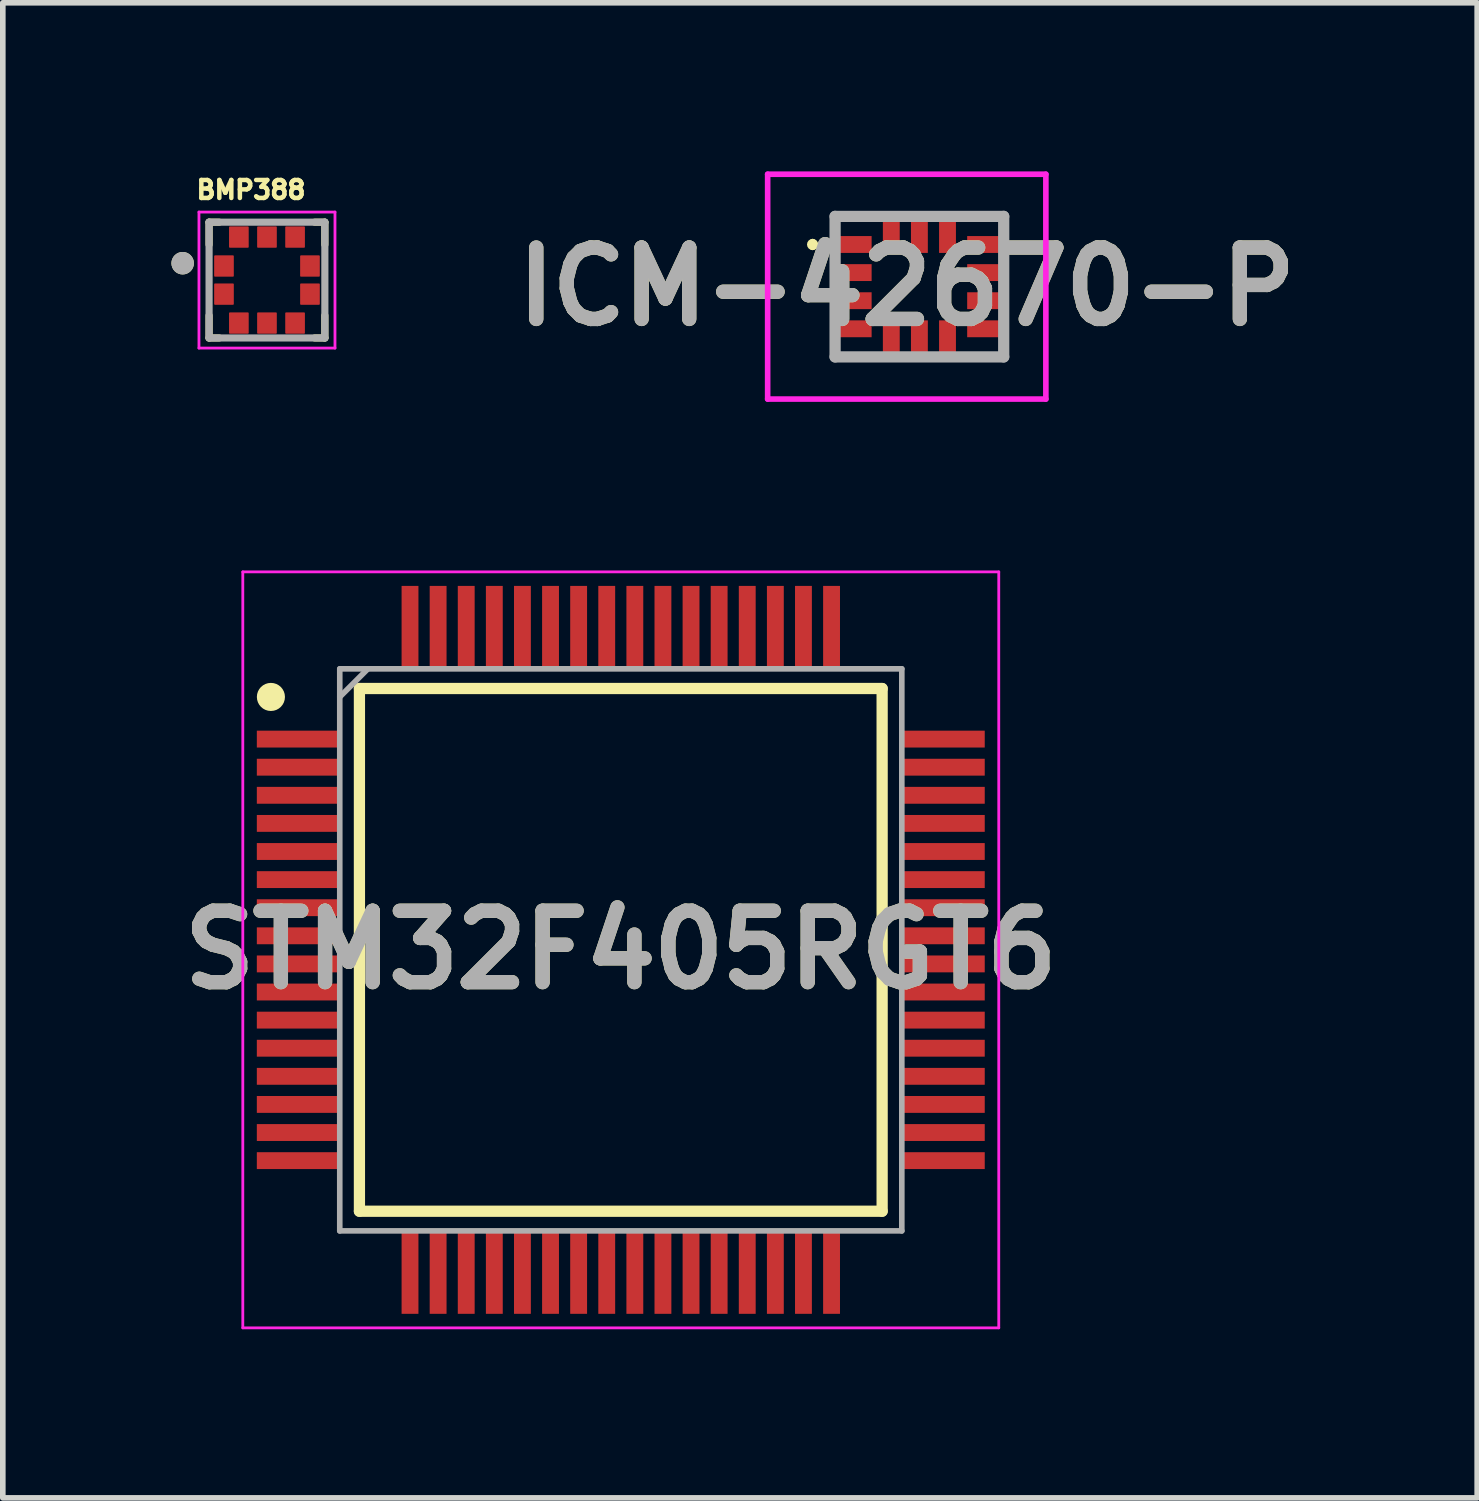
<source format=kicad_pcb>
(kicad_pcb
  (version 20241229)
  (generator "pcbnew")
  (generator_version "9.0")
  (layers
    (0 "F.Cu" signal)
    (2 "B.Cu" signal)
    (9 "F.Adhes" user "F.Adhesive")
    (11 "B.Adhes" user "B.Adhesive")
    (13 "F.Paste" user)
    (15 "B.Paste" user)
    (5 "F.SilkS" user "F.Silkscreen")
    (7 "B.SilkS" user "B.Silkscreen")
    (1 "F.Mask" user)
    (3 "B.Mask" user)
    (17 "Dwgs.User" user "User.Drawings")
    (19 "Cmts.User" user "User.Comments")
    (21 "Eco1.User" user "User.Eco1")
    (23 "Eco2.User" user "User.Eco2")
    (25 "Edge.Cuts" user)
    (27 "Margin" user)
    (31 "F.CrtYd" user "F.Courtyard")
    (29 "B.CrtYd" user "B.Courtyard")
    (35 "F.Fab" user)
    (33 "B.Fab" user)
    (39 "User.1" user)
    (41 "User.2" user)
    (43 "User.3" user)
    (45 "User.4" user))
  (footprint "BMP388"
    (layer "F.Cu")
    (at 1.7 1.933)
    (property "Reference" "BMP388" (at -0.284 -1.605 0) (layer "F.SilkS") (effects (font (size 0.32 0.32) (thickness 0.15))))
    (attr smd)
    (fp_line (start -1.03 -1.03) (end -0.85 -1.03) (stroke (width 0.127) (type solid)) (layer "F.SilkS"))
    (fp_line (start -1.03 -0.63) (end -1.03 -1.03) (stroke (width 0.127) (type solid)) (layer "F.SilkS"))
    (fp_line (start -1.03 1.03) (end -1.03 0.63) (stroke (width 0.127) (type solid)) (layer "F.SilkS"))
    (fp_line (start -0.85 1.03) (end -1.03 1.03) (stroke (width 0.127) (type solid)) (layer "F.SilkS"))
    (fp_line (start 0.85 -1.03) (end 1.03 -1.03) (stroke (width 0.127) (type solid)) (layer "F.SilkS"))
    (fp_line (start 0.85 1.03) (end 1.03 1.03) (stroke (width 0.127) (type solid)) (layer "F.SilkS"))
    (fp_line (start 1.03 -1.03) (end 1.03 -0.63) (stroke (width 0.127) (type solid)) (layer "F.SilkS"))
    (fp_line (start 1.03 1.03) (end 1.03 0.63) (stroke (width 0.127) (type solid)) (layer "F.SilkS"))
    (fp_circle (center -1.5 -0.3) (end -1.4 -0.3) (stroke (width 0.2) (type solid)) (fill no) (layer "F.SilkS"))
    (fp_line (start -1.21 -1.21) (end 1.21 -1.21) (stroke (width 0.05) (type solid)) (layer "F.CrtYd"))
    (fp_line (start -1.21 1.21) (end -1.21 -1.21) (stroke (width 0.05) (type solid)) (layer "F.CrtYd"))
    (fp_line (start 1.21 -1.21) (end 1.21 1.21) (stroke (width 0.05) (type solid)) (layer "F.CrtYd"))
    (fp_line (start 1.21 1.21) (end -1.21 1.21) (stroke (width 0.05) (type solid)) (layer "F.CrtYd"))
    (fp_line (start -1.03 -1.03) (end 1.03 -1.03) (stroke (width 0.127) (type solid)) (layer "F.Fab"))
    (fp_line (start -1.03 1.03) (end -1.03 -1.03) (stroke (width 0.127) (type solid)) (layer "F.Fab"))
    (fp_line (start 1.03 -1.03) (end 1.03 1.03) (stroke (width 0.127) (type solid)) (layer "F.Fab"))
    (fp_line (start 1.03 1.03) (end -1.03 1.03) (stroke (width 0.127) (type solid)) (layer "F.Fab"))
    (fp_circle (center -1.5 -0.3) (end -1.4 -0.3) (stroke (width 0.2) (type solid)) (fill no) (layer "F.Fab"))
    (pad "1" smd roundrect (at -0.765 -0.25) (size 0.35 0.38) (layers "F.Cu" "F.Mask" "F.Paste") (roundrect_rratio 0.045))
    (pad "2" smd roundrect (at -0.765 0.25) (size 0.35 0.38) (layers "F.Cu" "F.Mask" "F.Paste") (roundrect_rratio 0.045))
    (pad "3" smd roundrect (at -0.5 0.765) (size 0.35 0.38) (layers "F.Cu" "F.Mask" "F.Paste") (roundrect_rratio 0.045))
    (pad "4" smd roundrect (at 0 0.765) (size 0.35 0.38) (layers "F.Cu" "F.Mask" "F.Paste") (roundrect_rratio 0.045))
    (pad "5" smd roundrect (at 0.5 0.765) (size 0.35 0.38) (layers "F.Cu" "F.Mask" "F.Paste") (roundrect_rratio 0.045))
    (pad "6" smd roundrect (at 0.765 0.25) (size 0.35 0.38) (layers "F.Cu" "F.Mask" "F.Paste") (roundrect_rratio 0.045))
    (pad "7" smd roundrect (at 0.765 -0.25) (size 0.35 0.38) (layers "F.Cu" "F.Mask" "F.Paste") (roundrect_rratio 0.045))
    (pad "8" smd roundrect (at 0.5 -0.765) (size 0.35 0.38) (layers "F.Cu" "F.Mask" "F.Paste") (roundrect_rratio 0.045))
    (pad "9" smd roundrect (at 0 -0.765) (size 0.35 0.38) (layers "F.Cu" "F.Mask" "F.Paste") (roundrect_rratio 0.045))
    (pad "10" smd roundrect (at -0.5 -0.765) (size 0.35 0.38) (layers "F.Cu" "F.Mask" "F.Paste") (roundrect_rratio 0.045)))
  (footprint "ICM-42670-P"
    (layer "F.Cu")
    (at 13.308 2.05)
    (property "Reference" "ICM-42670-P" (at -0.225 0 0) (layer "F.SilkS") (effects (font (size 1.27 1.27) (thickness 0.254))))
    (attr smd)
    (fp_line (start -1.9 -0.8) (end -1.9 -0.8) (stroke (width 0.1) (type solid)) (layer "F.SilkS"))
    (fp_line (start -1.9 -0.7) (end -1.9 -0.7) (stroke (width 0.1) (type solid)) (layer "F.SilkS"))
    (fp_line (start -1.5 -1.25) (end -0.8 -1.25) (stroke (width 0.1) (type solid)) (layer "F.SilkS"))
    (fp_line (start -1.5 -1) (end -1.5 -1.25) (stroke (width 0.1) (type solid)) (layer "F.SilkS"))
    (fp_line (start -1.5 1.1) (end -1.5 1.25) (stroke (width 0.1) (type solid)) (layer "F.SilkS"))
    (fp_line (start -1.5 1.25) (end -0.8 1.25) (stroke (width 0.1) (type solid)) (layer "F.SilkS"))
    (fp_line (start 0.8 -1.25) (end 1.5 -1.25) (stroke (width 0.1) (type solid)) (layer "F.SilkS"))
    (fp_line (start 0.8 1.25) (end 1.5 1.25) (stroke (width 0.1) (type solid)) (layer "F.SilkS"))
    (fp_line (start 1.5 -1.25) (end 1.5 -1) (stroke (width 0.1) (type solid)) (layer "F.SilkS"))
    (fp_line (start 1.5 1.25) (end 1.5 1) (stroke (width 0.1) (type solid)) (layer "F.SilkS"))
    (fp_arc (start -1.9 -0.8) (mid -1.85 -0.75) (end -1.9 -0.7) (stroke (width 0.1) (type solid)) (layer "F.SilkS"))
    (fp_arc (start -1.9 -0.7) (mid -1.95 -0.75) (end -1.9 -0.8) (stroke (width 0.1) (type solid)) (layer "F.SilkS"))
    (fp_line (start -2.7 -2) (end 2.25 -2) (stroke (width 0.1) (type solid)) (layer "F.CrtYd"))
    (fp_line (start -2.7 2) (end -2.7 -2) (stroke (width 0.1) (type solid)) (layer "F.CrtYd"))
    (fp_line (start 2.25 -2) (end 2.25 2) (stroke (width 0.1) (type solid)) (layer "F.CrtYd"))
    (fp_line (start 2.25 2) (end -2.7 2) (stroke (width 0.1) (type solid)) (layer "F.CrtYd"))
    (fp_line (start -1.5 -1.25) (end 1.5 -1.25) (stroke (width 0.2) (type solid)) (layer "F.Fab"))
    (fp_line (start -1.5 1.25) (end -1.5 -1.25) (stroke (width 0.2) (type solid)) (layer "F.Fab"))
    (fp_line (start 1.5 -1.25) (end 1.5 1.25) (stroke (width 0.2) (type solid)) (layer "F.Fab"))
    (fp_line (start 1.5 1.25) (end -1.5 1.25) (stroke (width 0.2) (type solid)) (layer "F.Fab"))
    (fp_text user "${REFERENCE}" (at -0.225 0 0) (layer "F.Fab") (effects (font (size 1.27 1.27) (thickness 0.254))))
    (pad "1" smd rect (at -1.15 -0.75 90) (size 0.3 0.6) (layers "F.Cu" "F.Mask" "F.Paste"))
    (pad "2" smd rect (at -1.15 -0.25 90) (size 0.3 0.6) (layers "F.Cu" "F.Mask" "F.Paste"))
    (pad "3" smd rect (at -1.15 0.25 90) (size 0.3 0.6) (layers "F.Cu" "F.Mask" "F.Paste"))
    (pad "4" smd rect (at -1.15 0.75 90) (size 0.3 0.6) (layers "F.Cu" "F.Mask" "F.Paste"))
    (pad "5" smd rect (at -0.5 0.9) (size 0.3 0.6) (layers "F.Cu" "F.Mask" "F.Paste"))
    (pad "6" smd rect (at 0 0.9) (size 0.3 0.6) (layers "F.Cu" "F.Mask" "F.Paste"))
    (pad "7" smd rect (at 0.5 0.9) (size 0.3 0.6) (layers "F.Cu" "F.Mask" "F.Paste"))
    (pad "8" smd rect (at 1.15 0.75 90) (size 0.3 0.6) (layers "F.Cu" "F.Mask" "F.Paste"))
    (pad "9" smd rect (at 1.15 0.25 90) (size 0.3 0.6) (layers "F.Cu" "F.Mask" "F.Paste"))
    (pad "10" smd rect (at 1.15 -0.25 90) (size 0.3 0.6) (layers "F.Cu" "F.Mask" "F.Paste"))
    (pad "11" smd rect (at 1.15 -0.75 90) (size 0.3 0.6) (layers "F.Cu" "F.Mask" "F.Paste"))
    (pad "12" smd rect (at 0.5 -0.9) (size 0.3 0.6) (layers "F.Cu" "F.Mask" "F.Paste"))
    (pad "13" smd rect (at 0 -0.9) (size 0.3 0.6) (layers "F.Cu" "F.Mask" "F.Paste"))
    (pad "14" smd rect (at -0.5 -0.9) (size 0.3 0.6) (layers "F.Cu" "F.Mask" "F.Paste")))
  (footprint "STM32F405RGT6"
    (layer "F.Cu")
    (at 7.995 13.85)
    (property "Reference" "STM32F405RGT6" (at 0 0 0) (layer "F.SilkS") (effects (font (size 1.27 1.27) (thickness 0.254))))
    (attr smd)
    (fp_line (start -4.65 -4.65) (end 4.65 -4.65) (stroke (width 0.2) (type solid)) (layer "F.SilkS"))
    (fp_line (start -4.65 4.65) (end -4.65 -4.65) (stroke (width 0.2) (type solid)) (layer "F.SilkS"))
    (fp_line (start 4.65 -4.65) (end 4.65 4.65) (stroke (width 0.2) (type solid)) (layer "F.SilkS"))
    (fp_line (start 4.65 4.65) (end -4.65 4.65) (stroke (width 0.2) (type solid)) (layer "F.SilkS"))
    (fp_circle (center -6.225 -4.5) (end -6.225 -4.375) (stroke (width 0.25) (type solid)) (fill no) (layer "F.SilkS"))
    (fp_line (start -6.725 -6.725) (end 6.725 -6.725) (stroke (width 0.05) (type solid)) (layer "F.CrtYd"))
    (fp_line (start -6.725 6.725) (end -6.725 -6.725) (stroke (width 0.05) (type solid)) (layer "F.CrtYd"))
    (fp_line (start 6.725 -6.725) (end 6.725 6.725) (stroke (width 0.05) (type solid)) (layer "F.CrtYd"))
    (fp_line (start 6.725 6.725) (end -6.725 6.725) (stroke (width 0.05) (type solid)) (layer "F.CrtYd"))
    (fp_line (start -5 -5) (end 5 -5) (stroke (width 0.1) (type solid)) (layer "F.Fab"))
    (fp_line (start -5 -4.5) (end -4.5 -5) (stroke (width 0.1) (type solid)) (layer "F.Fab"))
    (fp_line (start -5 5) (end -5 -5) (stroke (width 0.1) (type solid)) (layer "F.Fab"))
    (fp_line (start 5 -5) (end 5 5) (stroke (width 0.1) (type solid)) (layer "F.Fab"))
    (fp_line (start 5 5) (end -5 5) (stroke (width 0.1) (type solid)) (layer "F.Fab"))
    (fp_text user "${REFERENCE}" (at 0 0 0) (layer "F.Fab") (effects (font (size 1.27 1.27) (thickness 0.254))))
    (pad "1" smd rect (at -5.738 -3.75 90) (size 0.3 1.475) (layers "F.Cu" "F.Mask" "F.Paste"))
    (pad "2" smd rect (at -5.738 -3.25 90) (size 0.3 1.475) (layers "F.Cu" "F.Mask" "F.Paste"))
    (pad "3" smd rect (at -5.738 -2.75 90) (size 0.3 1.475) (layers "F.Cu" "F.Mask" "F.Paste"))
    (pad "4" smd rect (at -5.738 -2.25 90) (size 0.3 1.475) (layers "F.Cu" "F.Mask" "F.Paste"))
    (pad "5" smd rect (at -5.738 -1.75 90) (size 0.3 1.475) (layers "F.Cu" "F.Mask" "F.Paste"))
    (pad "6" smd rect (at -5.738 -1.25 90) (size 0.3 1.475) (layers "F.Cu" "F.Mask" "F.Paste"))
    (pad "7" smd rect (at -5.738 -0.75 90) (size 0.3 1.475) (layers "F.Cu" "F.Mask" "F.Paste"))
    (pad "8" smd rect (at -5.738 -0.25 90) (size 0.3 1.475) (layers "F.Cu" "F.Mask" "F.Paste"))
    (pad "9" smd rect (at -5.738 0.25 90) (size 0.3 1.475) (layers "F.Cu" "F.Mask" "F.Paste"))
    (pad "10" smd rect (at -5.738 0.75 90) (size 0.3 1.475) (layers "F.Cu" "F.Mask" "F.Paste"))
    (pad "11" smd rect (at -5.738 1.25 90) (size 0.3 1.475) (layers "F.Cu" "F.Mask" "F.Paste"))
    (pad "12" smd rect (at -5.738 1.75 90) (size 0.3 1.475) (layers "F.Cu" "F.Mask" "F.Paste"))
    (pad "13" smd rect (at -5.738 2.25 90) (size 0.3 1.475) (layers "F.Cu" "F.Mask" "F.Paste"))
    (pad "14" smd rect (at -5.738 2.75 90) (size 0.3 1.475) (layers "F.Cu" "F.Mask" "F.Paste"))
    (pad "15" smd rect (at -5.738 3.25 90) (size 0.3 1.475) (layers "F.Cu" "F.Mask" "F.Paste"))
    (pad "16" smd rect (at -5.738 3.75 90) (size 0.3 1.475) (layers "F.Cu" "F.Mask" "F.Paste"))
    (pad "17" smd rect (at -3.75 5.738) (size 0.3 1.475) (layers "F.Cu" "F.Mask" "F.Paste"))
    (pad "18" smd rect (at -3.25 5.738) (size 0.3 1.475) (layers "F.Cu" "F.Mask" "F.Paste"))
    (pad "19" smd rect (at -2.75 5.738) (size 0.3 1.475) (layers "F.Cu" "F.Mask" "F.Paste"))
    (pad "20" smd rect (at -2.25 5.738) (size 0.3 1.475) (layers "F.Cu" "F.Mask" "F.Paste"))
    (pad "21" smd rect (at -1.75 5.738) (size 0.3 1.475) (layers "F.Cu" "F.Mask" "F.Paste"))
    (pad "22" smd rect (at -1.25 5.738) (size 0.3 1.475) (layers "F.Cu" "F.Mask" "F.Paste"))
    (pad "23" smd rect (at -0.75 5.738) (size 0.3 1.475) (layers "F.Cu" "F.Mask" "F.Paste"))
    (pad "24" smd rect (at -0.25 5.738) (size 0.3 1.475) (layers "F.Cu" "F.Mask" "F.Paste"))
    (pad "25" smd rect (at 0.25 5.738) (size 0.3 1.475) (layers "F.Cu" "F.Mask" "F.Paste"))
    (pad "26" smd rect (at 0.75 5.738) (size 0.3 1.475) (layers "F.Cu" "F.Mask" "F.Paste"))
    (pad "27" smd rect (at 1.25 5.738) (size 0.3 1.475) (layers "F.Cu" "F.Mask" "F.Paste"))
    (pad "28" smd rect (at 1.75 5.738) (size 0.3 1.475) (layers "F.Cu" "F.Mask" "F.Paste"))
    (pad "29" smd rect (at 2.25 5.738) (size 0.3 1.475) (layers "F.Cu" "F.Mask" "F.Paste"))
    (pad "30" smd rect (at 2.75 5.738) (size 0.3 1.475) (layers "F.Cu" "F.Mask" "F.Paste"))
    (pad "31" smd rect (at 3.25 5.738) (size 0.3 1.475) (layers "F.Cu" "F.Mask" "F.Paste"))
    (pad "32" smd rect (at 3.75 5.738) (size 0.3 1.475) (layers "F.Cu" "F.Mask" "F.Paste"))
    (pad "33" smd rect (at 5.738 3.75 90) (size 0.3 1.475) (layers "F.Cu" "F.Mask" "F.Paste"))
    (pad "34" smd rect (at 5.738 3.25 90) (size 0.3 1.475) (layers "F.Cu" "F.Mask" "F.Paste"))
    (pad "35" smd rect (at 5.738 2.75 90) (size 0.3 1.475) (layers "F.Cu" "F.Mask" "F.Paste"))
    (pad "36" smd rect (at 5.738 2.25 90) (size 0.3 1.475) (layers "F.Cu" "F.Mask" "F.Paste"))
    (pad "37" smd rect (at 5.738 1.75 90) (size 0.3 1.475) (layers "F.Cu" "F.Mask" "F.Paste"))
    (pad "38" smd rect (at 5.738 1.25 90) (size 0.3 1.475) (layers "F.Cu" "F.Mask" "F.Paste"))
    (pad "39" smd rect (at 5.738 0.75 90) (size 0.3 1.475) (layers "F.Cu" "F.Mask" "F.Paste"))
    (pad "40" smd rect (at 5.738 0.25 90) (size 0.3 1.475) (layers "F.Cu" "F.Mask" "F.Paste"))
    (pad "41" smd rect (at 5.738 -0.25 90) (size 0.3 1.475) (layers "F.Cu" "F.Mask" "F.Paste"))
    (pad "42" smd rect (at 5.738 -0.75 90) (size 0.3 1.475) (layers "F.Cu" "F.Mask" "F.Paste"))
    (pad "43" smd rect (at 5.738 -1.25 90) (size 0.3 1.475) (layers "F.Cu" "F.Mask" "F.Paste"))
    (pad "44" smd rect (at 5.738 -1.75 90) (size 0.3 1.475) (layers "F.Cu" "F.Mask" "F.Paste"))
    (pad "45" smd rect (at 5.738 -2.25 90) (size 0.3 1.475) (layers "F.Cu" "F.Mask" "F.Paste"))
    (pad "46" smd rect (at 5.738 -2.75 90) (size 0.3 1.475) (layers "F.Cu" "F.Mask" "F.Paste"))
    (pad "47" smd rect (at 5.738 -3.25 90) (size 0.3 1.475) (layers "F.Cu" "F.Mask" "F.Paste"))
    (pad "48" smd rect (at 5.738 -3.75 90) (size 0.3 1.475) (layers "F.Cu" "F.Mask" "F.Paste"))
    (pad "49" smd rect (at 3.75 -5.738) (size 0.3 1.475) (layers "F.Cu" "F.Mask" "F.Paste"))
    (pad "50" smd rect (at 3.25 -5.738) (size 0.3 1.475) (layers "F.Cu" "F.Mask" "F.Paste"))
    (pad "51" smd rect (at 2.75 -5.738) (size 0.3 1.475) (layers "F.Cu" "F.Mask" "F.Paste"))
    (pad "52" smd rect (at 2.25 -5.738) (size 0.3 1.475) (layers "F.Cu" "F.Mask" "F.Paste"))
    (pad "53" smd rect (at 1.75 -5.738) (size 0.3 1.475) (layers "F.Cu" "F.Mask" "F.Paste"))
    (pad "54" smd rect (at 1.25 -5.738) (size 0.3 1.475) (layers "F.Cu" "F.Mask" "F.Paste"))
    (pad "55" smd rect (at 0.75 -5.738) (size 0.3 1.475) (layers "F.Cu" "F.Mask" "F.Paste"))
    (pad "56" smd rect (at 0.25 -5.738) (size 0.3 1.475) (layers "F.Cu" "F.Mask" "F.Paste"))
    (pad "57" smd rect (at -0.25 -5.738) (size 0.3 1.475) (layers "F.Cu" "F.Mask" "F.Paste"))
    (pad "58" smd rect (at -0.75 -5.738) (size 0.3 1.475) (layers "F.Cu" "F.Mask" "F.Paste"))
    (pad "59" smd rect (at -1.25 -5.738) (size 0.3 1.475) (layers "F.Cu" "F.Mask" "F.Paste"))
    (pad "60" smd rect (at -1.75 -5.738) (size 0.3 1.475) (layers "F.Cu" "F.Mask" "F.Paste"))
    (pad "61" smd rect (at -2.25 -5.738) (size 0.3 1.475) (layers "F.Cu" "F.Mask" "F.Paste"))
    (pad "62" smd rect (at -2.75 -5.738) (size 0.3 1.475) (layers "F.Cu" "F.Mask" "F.Paste"))
    (pad "63" smd rect (at -3.25 -5.738) (size 0.3 1.475) (layers "F.Cu" "F.Mask" "F.Paste"))
    (pad "64" smd rect (at -3.75 -5.738) (size 0.3 1.475) (layers "F.Cu" "F.Mask" "F.Paste")))
  (gr_rect
    (start -3 -3)
    (end 23.232 23.6)
    (stroke (width 0.1) (type default))
    (fill no)
    (layer "Edge.Cuts")))
</source>
